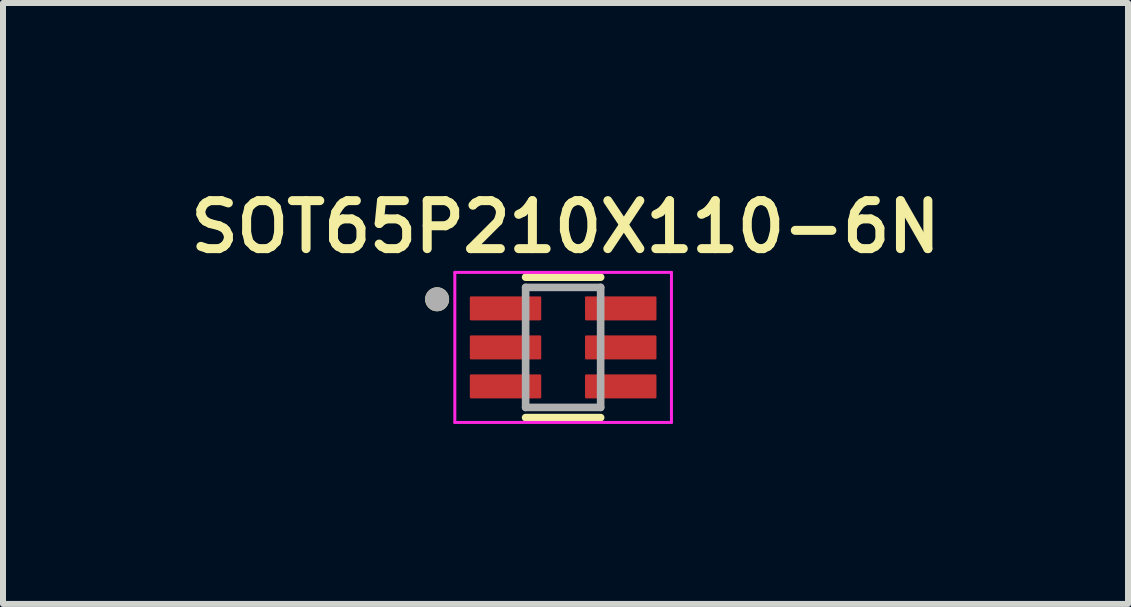
<source format=kicad_pcb>
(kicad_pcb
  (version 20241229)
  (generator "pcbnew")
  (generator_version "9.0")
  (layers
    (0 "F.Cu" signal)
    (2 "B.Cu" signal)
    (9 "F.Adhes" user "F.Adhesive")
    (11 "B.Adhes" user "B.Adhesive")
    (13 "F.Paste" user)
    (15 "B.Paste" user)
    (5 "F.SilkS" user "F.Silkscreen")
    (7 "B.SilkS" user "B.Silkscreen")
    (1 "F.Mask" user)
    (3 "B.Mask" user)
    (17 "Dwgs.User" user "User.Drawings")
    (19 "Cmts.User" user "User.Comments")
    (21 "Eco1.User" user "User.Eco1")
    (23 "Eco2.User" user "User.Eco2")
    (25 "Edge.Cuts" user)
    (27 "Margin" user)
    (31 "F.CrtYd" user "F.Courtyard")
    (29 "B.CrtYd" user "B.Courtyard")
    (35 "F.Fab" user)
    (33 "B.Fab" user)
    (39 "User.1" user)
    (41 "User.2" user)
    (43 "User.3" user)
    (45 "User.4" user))
  (footprint "SOT65P210X110-6N"
    (layer "F.Cu")
    (at 6.334 2.739)
    (property "Reference" "SOT65P210X110-6N" (at 0.04 -2.008 0) (layer "F.SilkS") (effects (font (size 0.8 0.8) (thickness 0.15))))
    (attr smd)
    (fp_line (start -0.625 -1.17) (end 0.625 -1.17) (stroke (width 0.127) (type solid)) (layer "F.SilkS"))
    (fp_line (start -0.625 1.17) (end 0.625 1.17) (stroke (width 0.127) (type solid)) (layer "F.SilkS"))
    (fp_circle (center -2.1 -0.802) (end -2 -0.802) (stroke (width 0.2) (type solid)) (fill no) (layer "F.SilkS"))
    (fp_line (start -1.805 -1.25) (end -1.805 1.25) (stroke (width 0.05) (type solid)) (layer "F.CrtYd"))
    (fp_line (start -1.805 1.25) (end 1.805 1.25) (stroke (width 0.05) (type solid)) (layer "F.CrtYd"))
    (fp_line (start 1.805 -1.25) (end -1.805 -1.25) (stroke (width 0.05) (type solid)) (layer "F.CrtYd"))
    (fp_line (start 1.805 1.25) (end 1.805 -1.25) (stroke (width 0.05) (type solid)) (layer "F.CrtYd"))
    (fp_line (start -0.625 -1) (end -0.625 1) (stroke (width 0.127) (type solid)) (layer "F.Fab"))
    (fp_line (start -0.625 1) (end 0.625 1) (stroke (width 0.127) (type solid)) (layer "F.Fab"))
    (fp_line (start 0.625 -1) (end -0.625 -1) (stroke (width 0.127) (type solid)) (layer "F.Fab"))
    (fp_line (start 0.625 1) (end 0.625 -1) (stroke (width 0.127) (type solid)) (layer "F.Fab"))
    (fp_circle (center -2.1 -0.802) (end -2 -0.802) (stroke (width 0.2) (type solid)) (fill no) (layer "F.Fab"))
    (pad "1" smd roundrect (at -0.96 -0.65) (size 1.19 0.4) (layers "F.Cu" "F.Mask" "F.Paste") (roundrect_rratio 0.05))
    (pad "2" smd roundrect (at -0.96 0) (size 1.19 0.4) (layers "F.Cu" "F.Mask" "F.Paste") (roundrect_rratio 0.05))
    (pad "3" smd roundrect (at -0.96 0.65) (size 1.19 0.4) (layers "F.Cu" "F.Mask" "F.Paste") (roundrect_rratio 0.05))
    (pad "4" smd roundrect (at 0.96 0.65 180) (size 1.19 0.4) (layers "F.Cu" "F.Mask" "F.Paste") (roundrect_rratio 0.05))
    (pad "5" smd roundrect (at 0.96 0 180) (size 1.19 0.4) (layers "F.Cu" "F.Mask" "F.Paste") (roundrect_rratio 0.05))
    (pad "6" smd roundrect (at 0.96 -0.65 180) (size 1.19 0.4) (layers "F.Cu" "F.Mask" "F.Paste") (roundrect_rratio 0.05)))
  (gr_rect
    (start -3 -3)
    (end 15.747 7.014)
    (stroke (width 0.1) (type default))
    (fill no)
    (layer "Edge.Cuts")))
</source>
